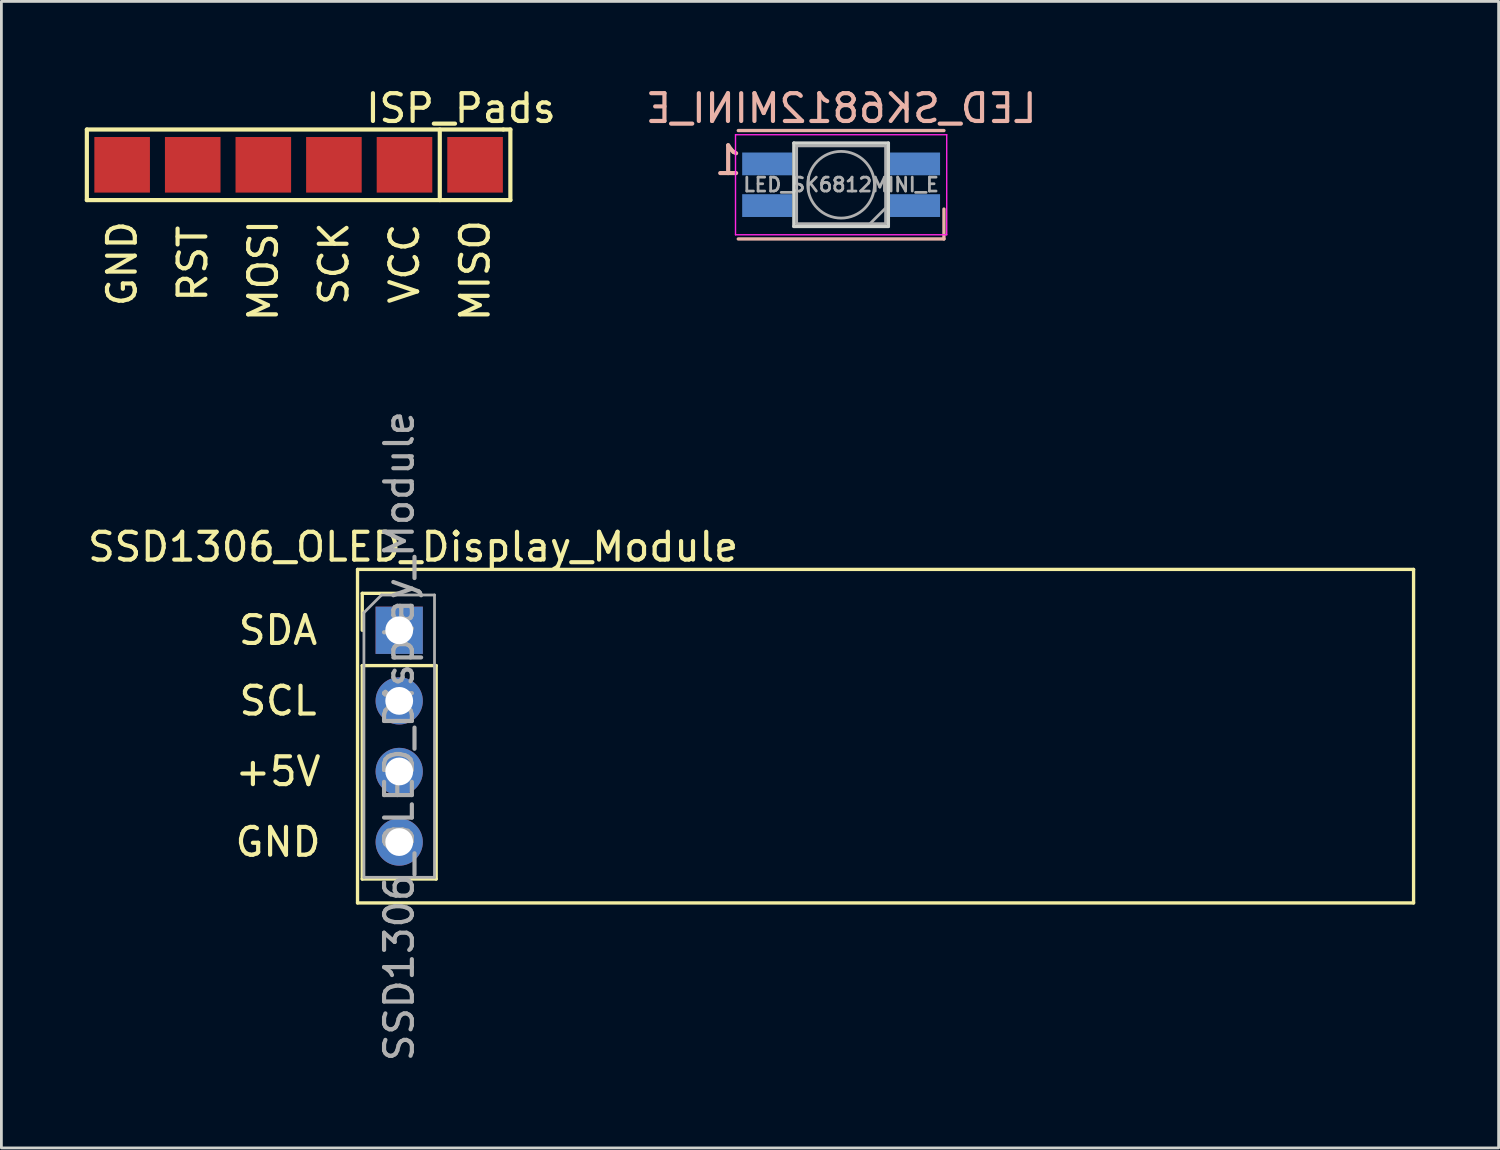
<source format=kicad_pcb>
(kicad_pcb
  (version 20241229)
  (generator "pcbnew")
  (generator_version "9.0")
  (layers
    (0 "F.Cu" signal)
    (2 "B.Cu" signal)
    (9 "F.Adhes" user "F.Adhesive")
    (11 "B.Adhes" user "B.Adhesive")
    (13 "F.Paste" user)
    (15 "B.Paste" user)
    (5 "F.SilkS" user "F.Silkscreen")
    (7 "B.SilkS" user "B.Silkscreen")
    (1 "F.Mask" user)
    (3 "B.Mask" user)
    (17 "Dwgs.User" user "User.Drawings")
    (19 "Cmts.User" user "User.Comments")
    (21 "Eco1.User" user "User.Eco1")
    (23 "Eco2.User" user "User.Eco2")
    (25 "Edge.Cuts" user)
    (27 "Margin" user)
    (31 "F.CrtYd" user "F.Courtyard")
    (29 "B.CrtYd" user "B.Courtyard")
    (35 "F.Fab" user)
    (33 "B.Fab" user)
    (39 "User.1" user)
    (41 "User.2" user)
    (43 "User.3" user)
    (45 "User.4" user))
  (footprint "LED_SK6812MINI_E"
    (layer "F.Cu")
    (at 27.216 3.598)
    (property "Reference" "LED_SK6812MINI_E" (at 0 -2.75 0) (layer "B.SilkS") (effects (font (size 1 1) (thickness 0.15)) (justify mirror)))
    (attr smd)
    (fp_line (start -3.7 -1.95) (end 3.7 -1.95) (stroke (width 0.12) (type solid)) (layer "B.SilkS"))
    (fp_line (start -3.7 1.95) (end 3.7 1.95) (stroke (width 0.12) (type solid)) (layer "B.SilkS"))
    (fp_line (start 3.7 1.95) (end 3.7 0.875) (stroke (width 0.12) (type solid)) (layer "B.SilkS"))
    (fp_line (start -1.7 1.5) (end -1.7 -1.5) (stroke (width 0.12) (type solid)) (layer "Edge.Cuts"))
    (fp_line (start 1.7 -1.5) (end -1.7 -1.5) (stroke (width 0.12) (type solid)) (layer "Edge.Cuts"))
    (fp_line (start 1.7 1.5) (end -1.7 1.5) (stroke (width 0.12) (type solid)) (layer "Edge.Cuts"))
    (fp_line (start 1.7 1.5) (end 1.7 -1.5) (stroke (width 0.12) (type solid)) (layer "Edge.Cuts"))
    (fp_line (start -3.8 -1.8) (end -3.8 1.8) (stroke (width 0.05) (type solid)) (layer "F.CrtYd"))
    (fp_line (start -3.8 1.8) (end 3.8 1.8) (stroke (width 0.05) (type solid)) (layer "F.CrtYd"))
    (fp_line (start 3.8 -1.8) (end -3.8 -1.8) (stroke (width 0.05) (type solid)) (layer "F.CrtYd"))
    (fp_line (start 3.8 1.8) (end 3.8 -1.8) (stroke (width 0.05) (type solid)) (layer "F.CrtYd"))
    (fp_line (start -1.6 -1.4) (end -1.6 1.4) (stroke (width 0.1) (type solid)) (layer "F.Fab"))
    (fp_line (start -1.6 1.4) (end 1.6 1.4) (stroke (width 0.1) (type solid)) (layer "F.Fab"))
    (fp_line (start 1.59 0.85) (end 1.05 1.39) (stroke (width 0.1) (type solid)) (layer "F.Fab"))
    (fp_line (start 1.6 -1.4) (end -1.6 -1.4) (stroke (width 0.1) (type solid)) (layer "F.Fab"))
    (fp_line (start 1.6 1.4) (end 1.6 -1.4) (stroke (width 0.1) (type solid)) (layer "F.Fab"))
    (fp_circle (center 0 0) (end 1.2 0) (stroke (width 0.1) (type solid)) (fill no) (layer "F.Fab"))
    (fp_text user "1" (at -4.064 -0.875 0) (layer "B.SilkS") (effects (font (size 1 1) (thickness 0.15)) (justify mirror)))
    (fp_text user "${REFERENCE}" (at 0 0 0) (layer "F.Fab") (effects (font (size 0.5 0.5) (thickness 0.1))))
    (pad "1" smd rect (at -2.66 -0.75) (size 1.8 0.82) (layers "B.Cu" "B.Mask" "B.Paste"))
    (pad "2" smd rect (at -2.66 0.75) (size 1.8 0.82) (layers "B.Cu" "B.Mask" "B.Paste"))
    (pad "3" smd rect (at 2.66 0.75) (size 1.8 0.82) (layers "B.Cu" "B.Mask" "B.Paste"))
    (pad "4" smd rect (at 2.66 -0.75) (size 1.8 0.82) (layers "B.Cu" "B.Mask" "B.Paste")))
  (footprint "ISP_Pads"
    (layer "F.Cu")
    (at 7.441 2.88)
    (property "Reference" "ISP_Pads" (at 6.096 -2.032 0) (layer "F.SilkS") (effects (font (size 1 1) (thickness 0.15))))
    (attr smd)
    (fp_line (start -7.366 -1.27) (end -7.366 1.27) (stroke (width 0.15) (type solid)) (layer "F.SilkS"))
    (fp_line (start -7.366 1.27) (end 7.874 1.27) (stroke (width 0.15) (type solid)) (layer "F.SilkS"))
    (fp_line (start 5.334 -1.27) (end 5.334 1.27) (stroke (width 0.15) (type solid)) (layer "F.SilkS"))
    (fp_line (start 7.62 -1.27) (end -7.366 -1.27) (stroke (width 0.15) (type solid)) (layer "F.SilkS"))
    (fp_line (start 7.874 -1.27) (end 7.62 -1.27) (stroke (width 0.15) (type solid)) (layer "F.SilkS"))
    (fp_line (start 7.874 1.27) (end 7.874 -1.27) (stroke (width 0.15) (type solid)) (layer "F.SilkS"))
    (fp_text user "MOSI" (at -1.016 3.81 90) (layer "F.SilkS") (effects (font (size 1 1) (thickness 0.15))))
    (fp_text user "GND" (at -6.096 3.556 90) (layer "F.SilkS") (effects (font (size 1 1) (thickness 0.15))))
    (fp_text user "RST" (at -3.556 3.556 90) (layer "F.SilkS") (effects (font (size 1 1) (thickness 0.15))))
    (fp_text user "VCC" (at 4.064 3.556 90) (layer "F.SilkS") (effects (font (size 1 1) (thickness 0.15))))
    (fp_text user "SCK" (at 1.524 3.556 90) (layer "F.SilkS") (effects (font (size 1 1) (thickness 0.15))))
    (fp_text user "MISO" (at 6.604 3.81 90) (layer "F.SilkS") (effects (font (size 1 1) (thickness 0.15))))
    (pad "1" smd rect (at 6.604 0) (size 2 2) (layers "F.Cu" "F.Mask" "F.Paste"))
    (pad "2" smd rect (at 4.064 0) (size 2 2) (layers "F.Cu" "F.Mask" "F.Paste"))
    (pad "3" smd rect (at 1.524 0) (size 2 2) (layers "F.Cu" "F.Mask" "F.Paste"))
    (pad "4" smd rect (at -1.016 0) (size 2 2) (layers "F.Cu" "F.Mask" "F.Paste"))
    (pad "5" smd rect (at -3.556 0) (size 2 2) (layers "F.Cu" "F.Mask" "F.Paste"))
    (pad "6" smd rect (at -6.096 0) (size 2 2) (layers "F.Cu" "F.Mask" "F.Paste")))
  (footprint "SSD1306_OLED_Display_Module"
    (layer "F.Cu")
    (at 29.815 19.63)
    (property "Reference" "SSD1306_OLED_Display_Module" (at -18 -3 0) (layer "F.SilkS") (effects (font (size 1 1) (thickness 0.15))))
    (attr through_hole)
    (fp_line (start -20 -2.19) (end -20 9.81) (stroke (width 0.12) (type solid)) (layer "F.SilkS"))
    (fp_line (start -20 -2.19) (end 18 -2.19) (stroke (width 0.12) (type solid)) (layer "F.SilkS"))
    (fp_line (start -20 9.81) (end 18 9.81) (stroke (width 0.12) (type solid)) (layer "F.SilkS"))
    (fp_line (start -19.83 -1.33) (end -18.5 -1.33) (stroke (width 0.12) (type solid)) (layer "F.SilkS"))
    (fp_line (start -19.83 0) (end -19.83 -1.33) (stroke (width 0.12) (type solid)) (layer "F.SilkS"))
    (fp_line (start -19.83 1.27) (end -19.83 8.95) (stroke (width 0.12) (type solid)) (layer "F.SilkS"))
    (fp_line (start -19.83 1.27) (end -17.17 1.27) (stroke (width 0.12) (type solid)) (layer "F.SilkS"))
    (fp_line (start -19.83 8.95) (end -17.17 8.95) (stroke (width 0.12) (type solid)) (layer "F.SilkS"))
    (fp_line (start -17.17 1.27) (end -17.17 8.95) (stroke (width 0.12) (type solid)) (layer "F.SilkS"))
    (fp_line (start 18 -2.19) (end 18 9.81) (stroke (width 0.12) (type solid)) (layer "F.SilkS"))
    (fp_line (start -19.77 -0.635) (end -19.135 -1.27) (stroke (width 0.1) (type solid)) (layer "F.Fab"))
    (fp_line (start -19.77 8.89) (end -19.77 -0.635) (stroke (width 0.1) (type solid)) (layer "F.Fab"))
    (fp_line (start -19.135 -1.27) (end -17.23 -1.27) (stroke (width 0.1) (type solid)) (layer "F.Fab"))
    (fp_line (start -17.23 -1.27) (end -17.23 8.89) (stroke (width 0.1) (type solid)) (layer "F.Fab"))
    (fp_line (start -17.23 8.89) (end -19.77 8.89) (stroke (width 0.1) (type solid)) (layer "F.Fab"))
    (fp_text user "+5V" (at -22.86 5.08 0) (layer "F.SilkS") (effects (font (size 1 1) (thickness 0.15))))
    (fp_text user "SCL" (at -22.86 2.54 0) (layer "F.SilkS") (effects (font (size 1 1) (thickness 0.15))))
    (fp_text user "GND" (at -22.86 7.62 0) (layer "F.SilkS") (effects (font (size 1 1) (thickness 0.15))))
    (fp_text user "SDA" (at -22.86 0 0) (layer "F.SilkS") (effects (font (size 1 1) (thickness 0.15))))
    (fp_text user "${REFERENCE}" (at -18.5 3.81 90) (layer "F.Fab") (effects (font (size 1 1) (thickness 0.15))))
    (pad "1" thru_hole rect (at -18.5 0) (size 1.7 1.7) (drill 1) (layers "*.Cu" "*.Mask"))
    (pad "2" thru_hole oval (at -18.5 2.54) (size 1.7 1.7) (drill 1) (layers "*.Cu" "*.Mask"))
    (pad "3" thru_hole oval (at -18.5 5.08) (size 1.7 1.7) (drill 1) (layers "*.Cu" "*.Mask"))
    (pad "4" thru_hole oval (at -18.5 7.62) (size 1.7 1.7) (drill 1) (layers "*.Cu" "*.Mask")))
  (gr_rect
    (start -3 -3)
    (end 50.875 38.256)
    (stroke (width 0.1) (type default))
    (fill no)
    (layer "Edge.Cuts")))
</source>
